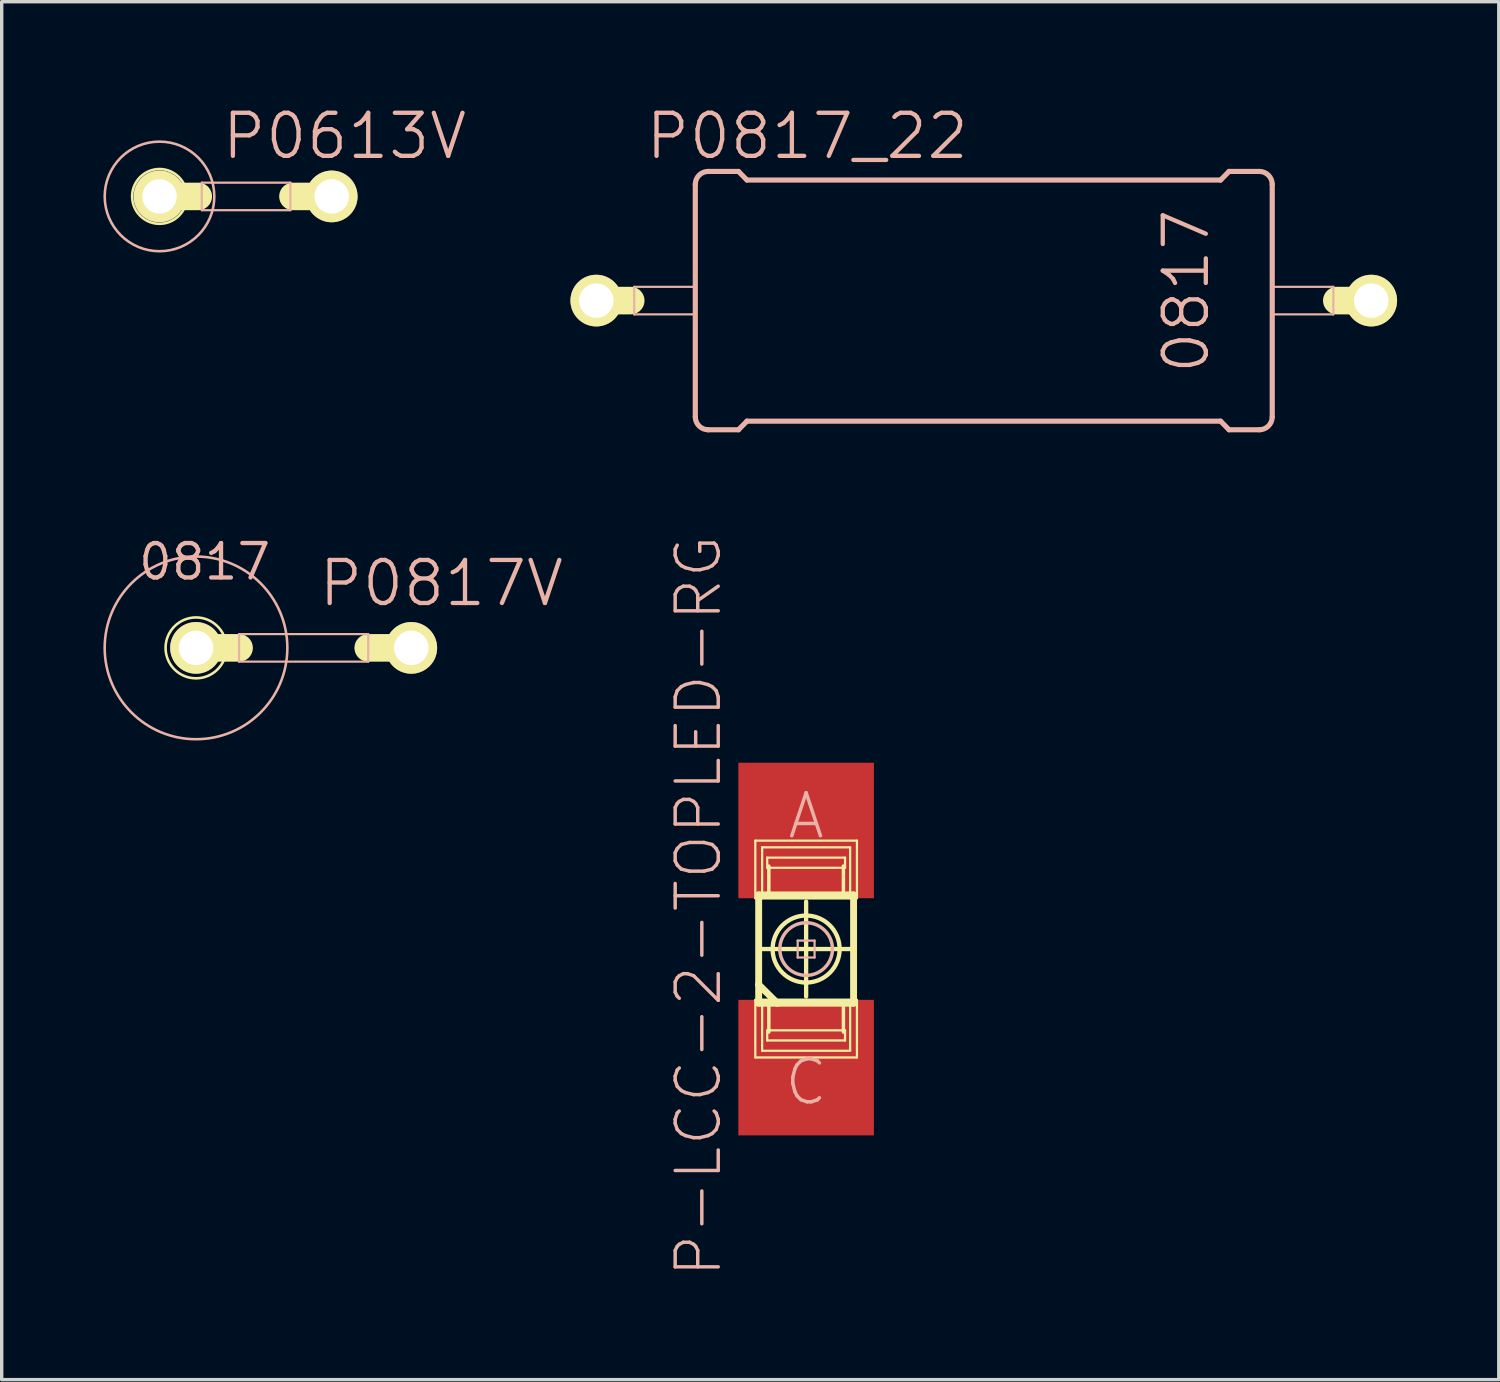
<source format=kicad_pcb>
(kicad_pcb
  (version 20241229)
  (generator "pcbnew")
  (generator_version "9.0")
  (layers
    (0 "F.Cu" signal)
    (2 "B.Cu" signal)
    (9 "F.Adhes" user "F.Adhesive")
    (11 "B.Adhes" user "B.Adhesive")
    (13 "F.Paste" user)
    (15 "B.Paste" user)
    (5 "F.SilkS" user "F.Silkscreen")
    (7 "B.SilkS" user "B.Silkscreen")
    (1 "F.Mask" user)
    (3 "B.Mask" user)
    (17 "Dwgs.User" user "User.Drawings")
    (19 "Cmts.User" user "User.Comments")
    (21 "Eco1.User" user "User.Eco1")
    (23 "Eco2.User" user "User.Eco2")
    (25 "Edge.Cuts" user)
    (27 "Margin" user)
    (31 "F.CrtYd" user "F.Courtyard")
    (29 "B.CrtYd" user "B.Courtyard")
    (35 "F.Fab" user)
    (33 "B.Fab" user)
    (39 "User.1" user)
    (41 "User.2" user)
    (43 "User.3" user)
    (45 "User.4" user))
  (footprint "P0613V"
    (layer "F.Cu")
    (at 4.195 2.744)
    (property "Reference" "P0613V" (at 2.921 -1.778 0) (layer "B.SilkS") (effects (font (size 1.27 1.27) (thickness 0.127))))
    (attr exclude_from_pos_files exclude_from_bom)
    (fp_line (start -2.54 0) (end -1.397 0) (stroke (width 0.813) (type solid)) (layer "F.SilkS"))
    (fp_line (start 2.54 0) (end 1.397 0) (stroke (width 0.813) (type solid)) (layer "F.SilkS"))
    (fp_circle (center -2.54 0) (end -3.111 0.572) (stroke (width 0.076) (type solid)) (fill no) (layer "F.SilkS"))
    (fp_line (start -1.293 -0.406) (end 1.321 -0.406) (stroke (width 0.066) (type solid)) (layer "B.SilkS"))
    (fp_line (start -1.293 0.406) (end -1.293 -0.406) (stroke (width 0.066) (type solid)) (layer "B.SilkS"))
    (fp_line (start -1.293 0.406) (end 1.321 0.406) (stroke (width 0.066) (type solid)) (layer "B.SilkS"))
    (fp_line (start 1.321 0.406) (end 1.321 -0.406) (stroke (width 0.066) (type solid)) (layer "B.SilkS"))
    (fp_circle (center -2.54 0) (end -3.683 1.143) (stroke (width 0.076) (type solid)) (fill no) (layer "B.SilkS"))
    (pad "1" thru_hole circle (at -2.54 0) (size 1.524 1.524) (drill 1.016) (layers "*.Cu" "F.Mask" "F.SilkS" "F.Paste"))
    (pad "2" thru_hole circle (at 2.54 0) (size 1.524 1.524) (drill 1.016) (layers "*.Cu" "F.Mask" "F.SilkS" "F.Paste")))
  (footprint "P-LCC-2-TOPLED-RG"
    (layer "F.Cu")
    (at 20.729 24.945)
    (property "Reference" "P-LCC-2-TOPLED-RG" (at -3.175 -1.27 90) (layer "B.SilkS") (effects (font (size 1.27 1.27) (thickness 0.102))))
    (attr smd)
    (fp_line (start -1.499 -3.198) (end 1.499 -3.198) (stroke (width 0.066) (type solid)) (layer "F.SilkS"))
    (fp_line (start -1.499 -1.499) (end -1.499 -3.198) (stroke (width 0.066) (type solid)) (layer "F.SilkS"))
    (fp_line (start -1.499 -1.499) (end 1.499 -1.499) (stroke (width 0.066) (type solid)) (layer "F.SilkS"))
    (fp_line (start -1.499 1.499) (end 1.499 1.499) (stroke (width 0.066) (type solid)) (layer "F.SilkS"))
    (fp_line (start -1.499 3.198) (end -1.499 1.499) (stroke (width 0.066) (type solid)) (layer "F.SilkS"))
    (fp_line (start -1.499 3.198) (end 1.499 3.198) (stroke (width 0.066) (type solid)) (layer "F.SilkS"))
    (fp_line (start -1.4 -1.598) (end -1.4 1.049) (stroke (width 0.203) (type solid)) (layer "F.SilkS"))
    (fp_line (start -1.4 0) (end 1.4 0) (stroke (width 0.127) (type solid)) (layer "F.SilkS"))
    (fp_line (start -1.4 1.049) (end -1.4 1.598) (stroke (width 0.203) (type solid)) (layer "F.SilkS"))
    (fp_line (start -1.4 1.598) (end -1.1 1.598) (stroke (width 0.203) (type solid)) (layer "F.SilkS"))
    (fp_line (start -1.298 -3) (end 1.298 -3) (stroke (width 0.066) (type solid)) (layer "F.SilkS"))
    (fp_line (start -1.298 -1.499) (end -1.298 -3) (stroke (width 0.066) (type solid)) (layer "F.SilkS"))
    (fp_line (start -1.298 -1.499) (end 1.298 -1.499) (stroke (width 0.066) (type solid)) (layer "F.SilkS"))
    (fp_line (start -1.298 1.499) (end 1.298 1.499) (stroke (width 0.066) (type solid)) (layer "F.SilkS"))
    (fp_line (start -1.298 3) (end -1.298 1.499) (stroke (width 0.066) (type solid)) (layer "F.SilkS"))
    (fp_line (start -1.298 3) (end 1.298 3) (stroke (width 0.066) (type solid)) (layer "F.SilkS"))
    (fp_line (start -1.148 -2.697) (end 1.148 -2.697) (stroke (width 0.066) (type solid)) (layer "F.SilkS"))
    (fp_line (start -1.148 -2.398) (end -1.148 -2.697) (stroke (width 0.066) (type solid)) (layer "F.SilkS"))
    (fp_line (start -1.148 -2.398) (end 1.148 -2.398) (stroke (width 0.066) (type solid)) (layer "F.SilkS"))
    (fp_line (start -1.148 2.398) (end 1.148 2.398) (stroke (width 0.066) (type solid)) (layer "F.SilkS"))
    (fp_line (start -1.148 2.697) (end -1.148 2.398) (stroke (width 0.066) (type solid)) (layer "F.SilkS"))
    (fp_line (start -1.148 2.697) (end 1.148 2.697) (stroke (width 0.066) (type solid)) (layer "F.SilkS"))
    (fp_line (start -1.1 -1.598) (end -1.1 -2.449) (stroke (width 0.102) (type solid)) (layer "F.SilkS"))
    (fp_line (start -1.1 1.598) (end -1.1 2.449) (stroke (width 0.102) (type solid)) (layer "F.SilkS"))
    (fp_line (start -1.1 1.598) (end -0.848 1.598) (stroke (width 0.203) (type solid)) (layer "F.SilkS"))
    (fp_line (start -0.848 1.598) (end -1.4 1.049) (stroke (width 0.203) (type solid)) (layer "F.SilkS"))
    (fp_line (start -0.848 1.598) (end 1.1 1.598) (stroke (width 0.203) (type solid)) (layer "F.SilkS"))
    (fp_line (start 0 1.4) (end 0 -1.4) (stroke (width 0.127) (type solid)) (layer "F.SilkS"))
    (fp_line (start 1.1 -2.449) (end 1.1 -1.598) (stroke (width 0.102) (type solid)) (layer "F.SilkS"))
    (fp_line (start 1.1 1.598) (end 1.4 1.598) (stroke (width 0.203) (type solid)) (layer "F.SilkS"))
    (fp_line (start 1.1 2.449) (end 1.1 1.598) (stroke (width 0.102) (type solid)) (layer "F.SilkS"))
    (fp_line (start 1.148 -2.398) (end 1.148 -2.697) (stroke (width 0.066) (type solid)) (layer "F.SilkS"))
    (fp_line (start 1.148 2.697) (end 1.148 2.398) (stroke (width 0.066) (type solid)) (layer "F.SilkS"))
    (fp_line (start 1.298 -1.499) (end 1.298 -3) (stroke (width 0.066) (type solid)) (layer "F.SilkS"))
    (fp_line (start 1.298 3) (end 1.298 1.499) (stroke (width 0.066) (type solid)) (layer "F.SilkS"))
    (fp_line (start 1.4 -1.598) (end -1.4 -1.598) (stroke (width 0.203) (type solid)) (layer "F.SilkS"))
    (fp_line (start 1.4 1.598) (end 1.4 -1.598) (stroke (width 0.203) (type solid)) (layer "F.SilkS"))
    (fp_line (start 1.499 -1.499) (end 1.499 -3.198) (stroke (width 0.066) (type solid)) (layer "F.SilkS"))
    (fp_line (start 1.499 3.198) (end 1.499 1.499) (stroke (width 0.066) (type solid)) (layer "F.SilkS"))
    (fp_circle (center 0 0) (end -0.699 0.699) (stroke (width 0.127) (type solid)) (fill no) (layer "F.SilkS"))
    (fp_line (start -0.249 -0.249) (end 0.249 -0.249) (stroke (width 0.066) (type solid)) (layer "B.SilkS"))
    (fp_line (start -0.249 0.249) (end -0.249 -0.249) (stroke (width 0.066) (type solid)) (layer "B.SilkS"))
    (fp_line (start -0.249 0.249) (end 0.249 0.249) (stroke (width 0.066) (type solid)) (layer "B.SilkS"))
    (fp_line (start 0.249 0.249) (end 0.249 -0.249) (stroke (width 0.066) (type solid)) (layer "B.SilkS"))
    (fp_circle (center 0 0) (end -0.549 0.549) (stroke (width 0.102) (type solid)) (fill no) (layer "B.SilkS"))
    (fp_text user "C" (at 0 3.924 0) (layer "B.SilkS") (effects (font (size 1.27 1.27) (thickness 0.102))))
    (fp_text user "A" (at 0 -3.924 0) (layer "B.SilkS") (effects (font (size 1.27 1.27) (thickness 0.102))))
    (pad "A" smd rect (at 0 -3.498) (size 3.998 3.998) (layers "F.Cu" "F.Mask" "F.Paste"))
    (pad "C" smd rect (at 0 3.498) (size 3.998 3.998) (layers "F.Cu" "F.Mask" "F.Paste")))
  (footprint "P0817_22"
    (layer "F.Cu")
    (at 25.969 5.817)
    (property "Reference" "P0817_22" (at -5.207 -4.851 0) (layer "B.SilkS") (effects (font (size 1.27 1.27) (thickness 0.127))))
    (attr exclude_from_pos_files exclude_from_bom)
    (fp_line (start -10.414 0) (end -11.43 0) (stroke (width 0.813) (type solid)) (layer "F.SilkS"))
    (fp_line (start 11.43 0) (end 10.414 0) (stroke (width 0.813) (type solid)) (layer "F.SilkS"))
    (fp_line (start -10.312 -0.406) (end -8.509 -0.406) (stroke (width 0.066) (type solid)) (layer "B.SilkS"))
    (fp_line (start -10.312 0.406) (end -10.312 -0.406) (stroke (width 0.066) (type solid)) (layer "B.SilkS"))
    (fp_line (start -10.312 0.406) (end -8.509 0.406) (stroke (width 0.066) (type solid)) (layer "B.SilkS"))
    (fp_line (start -8.509 0.406) (end -8.509 -0.406) (stroke (width 0.066) (type solid)) (layer "B.SilkS"))
    (fp_line (start -8.509 3.429) (end -8.509 -3.429) (stroke (width 0.152) (type solid)) (layer "B.SilkS"))
    (fp_line (start -8.128 -3.81) (end -7.236 -3.81) (stroke (width 0.152) (type solid)) (layer "B.SilkS"))
    (fp_line (start -8.128 3.81) (end -7.236 3.81) (stroke (width 0.152) (type solid)) (layer "B.SilkS"))
    (fp_line (start -6.985 -3.556) (end -7.236 -3.81) (stroke (width 0.152) (type solid)) (layer "B.SilkS"))
    (fp_line (start -6.985 3.556) (end -7.236 3.81) (stroke (width 0.152) (type solid)) (layer "B.SilkS"))
    (fp_line (start 6.985 -3.556) (end -6.985 -3.556) (stroke (width 0.152) (type solid)) (layer "B.SilkS"))
    (fp_line (start 6.985 -3.556) (end 7.236 -3.81) (stroke (width 0.152) (type solid)) (layer "B.SilkS"))
    (fp_line (start 6.985 3.556) (end -6.985 3.556) (stroke (width 0.152) (type solid)) (layer "B.SilkS"))
    (fp_line (start 6.985 3.556) (end 7.236 3.81) (stroke (width 0.152) (type solid)) (layer "B.SilkS"))
    (fp_line (start 8.128 -3.81) (end 7.236 -3.81) (stroke (width 0.152) (type solid)) (layer "B.SilkS"))
    (fp_line (start 8.128 3.81) (end 7.236 3.81) (stroke (width 0.152) (type solid)) (layer "B.SilkS"))
    (fp_line (start 8.509 -0.406) (end 10.312 -0.406) (stroke (width 0.066) (type solid)) (layer "B.SilkS"))
    (fp_line (start 8.509 0.406) (end 8.509 -0.406) (stroke (width 0.066) (type solid)) (layer "B.SilkS"))
    (fp_line (start 8.509 0.406) (end 10.312 0.406) (stroke (width 0.066) (type solid)) (layer "B.SilkS"))
    (fp_line (start 8.509 3.429) (end 8.509 -3.429) (stroke (width 0.152) (type solid)) (layer "B.SilkS"))
    (fp_line (start 10.312 0.406) (end 10.312 -0.406) (stroke (width 0.066) (type solid)) (layer "B.SilkS"))
    (fp_arc (start -8.509 -3.429) (mid -8.397408 -3.698408) (end -8.128 -3.81) (stroke (width 0.1524) (type solid)) (layer "B.SilkS"))
    (fp_arc (start -8.128 3.81) (mid -8.397408 3.698408) (end -8.509 3.429) (stroke (width 0.1524) (type solid)) (layer "B.SilkS"))
    (fp_arc (start 8.128 -3.81) (mid 8.397408 -3.698408) (end 8.509 -3.429) (stroke (width 0.1524) (type solid)) (layer "B.SilkS"))
    (fp_arc (start 8.509 3.429) (mid 8.397408 3.698408) (end 8.128 3.81) (stroke (width 0.1524) (type solid)) (layer "B.SilkS"))
    (fp_text user "0817" (at 5.969 -0.279 90) (layer "B.SilkS") (effects (font (size 1.27 1.27) (thickness 0.127))))
    (pad "1" thru_hole circle (at -11.43 0) (size 1.524 1.524) (drill 1.016) (layers "*.Cu" "F.Mask" "F.SilkS" "F.Paste"))
    (pad "2" thru_hole circle (at 11.43 0) (size 1.524 1.524) (drill 1.016) (layers "*.Cu" "F.Mask" "F.SilkS" "F.Paste")))
  (footprint "P0817V"
    (layer "F.Cu")
    (at 7.812 16.061)
    (property "Reference" "P0817V" (at 2.159 -1.905 0) (layer "B.SilkS") (effects (font (size 1.27 1.27) (thickness 0.127))))
    (attr exclude_from_pos_files exclude_from_bom)
    (fp_line (start -3.81 0) (end -5.08 0) (stroke (width 0.813) (type solid)) (layer "F.SilkS"))
    (fp_line (start 1.27 0) (end 0 0) (stroke (width 0.813) (type solid)) (layer "F.SilkS"))
    (fp_circle (center -5.08 0) (end -5.715 0.635) (stroke (width 0.076) (type solid)) (fill no) (layer "F.SilkS"))
    (fp_line (start -3.81 -0.406) (end 0 -0.406) (stroke (width 0.066) (type solid)) (layer "B.SilkS"))
    (fp_line (start -3.81 0.406) (end -3.81 -0.406) (stroke (width 0.066) (type solid)) (layer "B.SilkS"))
    (fp_line (start -3.81 0.406) (end 0 0.406) (stroke (width 0.066) (type solid)) (layer "B.SilkS"))
    (fp_line (start 0 0.406) (end 0 -0.406) (stroke (width 0.066) (type solid)) (layer "B.SilkS"))
    (fp_circle (center -5.08 0) (end -6.985 1.905) (stroke (width 0.076) (type solid)) (fill no) (layer "B.SilkS"))
    (fp_text user "0817" (at -4.826 -2.54 0) (layer "B.SilkS") (effects (font (size 1.016 1.016) (thickness 0.127))))
    (pad "1" thru_hole circle (at -5.08 0) (size 1.524 1.524) (drill 1.016) (layers "*.Cu" "F.Mask" "F.SilkS" "F.Paste"))
    (pad "2" thru_hole circle (at 1.27 0) (size 1.524 1.524) (drill 1.016) (layers "*.Cu" "F.Mask" "F.SilkS" "F.Paste")))
  (gr_rect
    (start -3 -3)
    (end 41.161 37.647)
    (stroke (width 0.1) (type default))
    (fill no)
    (layer "Edge.Cuts")))
</source>
